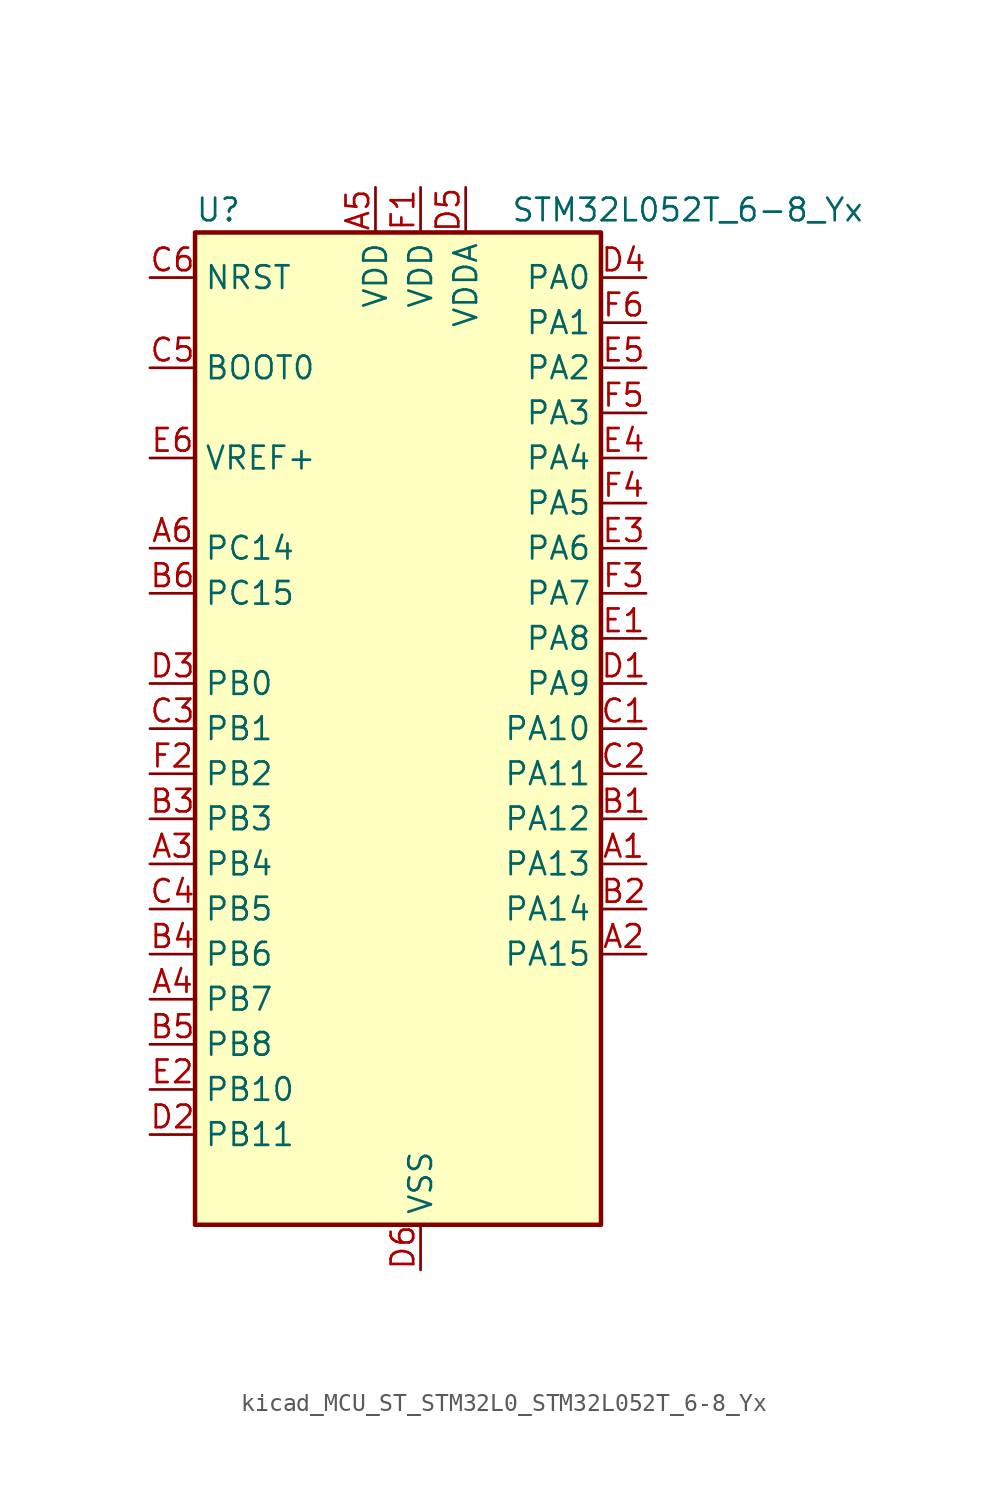
<source format=kicad_sym>
(kicad_symbol_lib
  (version 20220914)
  (generator kicad_symbol_editor)
  (symbol "kicad_MCU_ST_STM32L0_STM32L052T_6-8_Yx"
    (property "Reference" "U"
      (at -10.16 29.21 0)
      (effects (font (size 1.27 1.27)) (justify left)))
    (property "Value" "STM32L052T_6-8_Yx"
      (at 7.62 29.21 0)
      (effects (font (size 1.27 1.27)) (justify left)))
    (property "ki_locked" ""
      (at 0 0 0)
      (effects (font (size 1.27 1.27))))
    (symbol "kicad_MCU_ST_STM32L0_STM32L052T_6-8_Yx_0_1"
      (rectangle (start -10.16 -27.94) (end 12.7 27.94) (stroke (width 0.254) (type default)) (fill (type background))))
    (symbol "kicad_MCU_ST_STM32L0_STM32L052T_6-8_Yx_1_1"
      (pin bidirectional line (at 15.24 -7.62 180) (length 2.54) (name "PA13" (effects (font (size 1.27 1.27)))) (number "A1" (effects (font (size 1.27 1.27)))) (alternate "SYS_SWDIO" bidirectional line) (alternate "USB_NOE" bidirectional line))
      (pin bidirectional line (at 15.24 -12.7 180) (length 2.54) (name "PA15" (effects (font (size 1.27 1.27)))) (number "A2" (effects (font (size 1.27 1.27)))) (alternate "SPI1_NSS" bidirectional line) (alternate "TIM2_CH1" bidirectional line) (alternate "TIM2_ETR" bidirectional line) (alternate "USART2_RX" bidirectional line))
      (pin bidirectional line (at -12.7 -7.62 0) (length 2.54) (name "PB4" (effects (font (size 1.27 1.27)))) (number "A3" (effects (font (size 1.27 1.27)))) (alternate "COMP2_INP" bidirectional line) (alternate "SPI1_MISO" bidirectional line) (alternate "TIM22_CH1" bidirectional line) (alternate "TSC_G5_IO2" bidirectional line))
      (pin bidirectional line (at -12.7 -15.24 0) (length 2.54) (name "PB7" (effects (font (size 1.27 1.27)))) (number "A4" (effects (font (size 1.27 1.27)))) (alternate "COMP2_INP" bidirectional line) (alternate "I2C1_SDA" bidirectional line) (alternate "LPTIM1_IN2" bidirectional line) (alternate "SYS_PVD_IN" bidirectional line) (alternate "TSC_G5_IO4" bidirectional line) (alternate "USART1_RX" bidirectional line))
      (pin power_in line (at 0 30.48 270) (length 2.54) (name "VDD" (effects (font (size 1.27 1.27)))) (number "A5" (effects (font (size 1.27 1.27)))))
      (pin bidirectional line (at -12.7 10.16 0) (length 2.54) (name "PC14" (effects (font (size 1.27 1.27)))) (number "A6" (effects (font (size 1.27 1.27)))) (alternate "RCC_OSC32_IN" bidirectional line))
      (pin bidirectional line (at 15.24 -5.08 180) (length 2.54) (name "PA12" (effects (font (size 1.27 1.27)))) (number "B1" (effects (font (size 1.27 1.27)))) (alternate "COMP2_OUT" bidirectional line) (alternate "SPI1_MOSI" bidirectional line) (alternate "TSC_G4_IO4" bidirectional line) (alternate "USART1_DE" bidirectional line) (alternate "USART1_RTS" bidirectional line) (alternate "USB_DP" bidirectional line))
      (pin bidirectional line (at 15.24 -10.16 180) (length 2.54) (name "PA14" (effects (font (size 1.27 1.27)))) (number "B2" (effects (font (size 1.27 1.27)))) (alternate "SYS_SWCLK" bidirectional line) (alternate "USART2_TX" bidirectional line))
      (pin bidirectional line (at -12.7 -5.08 0) (length 2.54) (name "PB3" (effects (font (size 1.27 1.27)))) (number "B3" (effects (font (size 1.27 1.27)))) (alternate "COMP2_INM" bidirectional line) (alternate "SPI1_SCK" bidirectional line) (alternate "TIM2_CH2" bidirectional line) (alternate "TSC_G5_IO1" bidirectional line))
      (pin bidirectional line (at -12.7 -12.7 0) (length 2.54) (name "PB6" (effects (font (size 1.27 1.27)))) (number "B4" (effects (font (size 1.27 1.27)))) (alternate "COMP2_INP" bidirectional line) (alternate "I2C1_SCL" bidirectional line) (alternate "LPTIM1_ETR" bidirectional line) (alternate "TSC_G5_IO3" bidirectional line) (alternate "USART1_TX" bidirectional line))
      (pin bidirectional line (at -12.7 -17.78 0) (length 2.54) (name "PB8" (effects (font (size 1.27 1.27)))) (number "B5" (effects (font (size 1.27 1.27)))) (alternate "I2C1_SCL" bidirectional line) (alternate "TSC_SYNC" bidirectional line))
      (pin bidirectional line (at -12.7 7.62 0) (length 2.54) (name "PC15" (effects (font (size 1.27 1.27)))) (number "B6" (effects (font (size 1.27 1.27)))) (alternate "RCC_OSC32_OUT" bidirectional line))
      (pin bidirectional line (at 15.24 0 180) (length 2.54) (name "PA10" (effects (font (size 1.27 1.27)))) (number "C1" (effects (font (size 1.27 1.27)))) (alternate "TSC_G4_IO2" bidirectional line) (alternate "USART1_RX" bidirectional line))
      (pin bidirectional line (at 15.24 -2.54 180) (length 2.54) (name "PA11" (effects (font (size 1.27 1.27)))) (number "C2" (effects (font (size 1.27 1.27)))) (alternate "ADC_EXTI11" bidirectional line) (alternate "COMP1_OUT" bidirectional line) (alternate "SPI1_MISO" bidirectional line) (alternate "TSC_G4_IO3" bidirectional line) (alternate "USART1_CTS" bidirectional line) (alternate "USB_DM" bidirectional line))
      (pin bidirectional line (at -12.7 0 0) (length 2.54) (name "PB1" (effects (font (size 1.27 1.27)))) (number "C3" (effects (font (size 1.27 1.27)))) (alternate "ADC_IN9" bidirectional line) (alternate "LPUART1_DE" bidirectional line) (alternate "LPUART1_RTS" bidirectional line) (alternate "SYS_VREF_OUT_PB1" bidirectional line) (alternate "TSC_G3_IO3" bidirectional line))
      (pin bidirectional line (at -12.7 -10.16 0) (length 2.54) (name "PB5" (effects (font (size 1.27 1.27)))) (number "C4" (effects (font (size 1.27 1.27)))) (alternate "COMP2_INP" bidirectional line) (alternate "I2C1_SMBA" bidirectional line) (alternate "LPTIM1_IN1" bidirectional line) (alternate "SPI1_MOSI" bidirectional line) (alternate "TIM22_CH2" bidirectional line))
      (pin input line (at -12.7 20.32 0) (length 2.54) (name "BOOT0" (effects (font (size 1.27 1.27)))) (number "C5" (effects (font (size 1.27 1.27)))))
      (pin input line (at -12.7 25.4 0) (length 2.54) (name "NRST" (effects (font (size 1.27 1.27)))) (number "C6" (effects (font (size 1.27 1.27)))))
      (pin bidirectional line (at 15.24 2.54 180) (length 2.54) (name "PA9" (effects (font (size 1.27 1.27)))) (number "D1" (effects (font (size 1.27 1.27)))) (alternate "DAC_EXTI9" bidirectional line) (alternate "RCC_MCO" bidirectional line) (alternate "TSC_G4_IO1" bidirectional line) (alternate "USART1_TX" bidirectional line))
      (pin bidirectional line (at -12.7 -22.86 0) (length 2.54) (name "PB11" (effects (font (size 1.27 1.27)))) (number "D2" (effects (font (size 1.27 1.27)))) (alternate "ADC_EXTI11" bidirectional line) (alternate "I2C2_SDA" bidirectional line) (alternate "LPUART1_RX" bidirectional line) (alternate "TIM2_CH4" bidirectional line) (alternate "TSC_G6_IO1" bidirectional line))
      (pin bidirectional line (at -12.7 2.54 0) (length 2.54) (name "PB0" (effects (font (size 1.27 1.27)))) (number "D3" (effects (font (size 1.27 1.27)))) (alternate "ADC_IN8" bidirectional line) (alternate "SYS_VREF_OUT_PB0" bidirectional line) (alternate "TSC_G3_IO2" bidirectional line))
      (pin bidirectional line (at 15.24 25.4 180) (length 2.54) (name "PA0" (effects (font (size 1.27 1.27)))) (number "D4" (effects (font (size 1.27 1.27)))) (alternate "ADC_IN0" bidirectional line) (alternate "COMP1_INM" bidirectional line) (alternate "COMP1_OUT" bidirectional line) (alternate "RTC_TAMP2" bidirectional line) (alternate "SYS_WKUP1" bidirectional line) (alternate "TIM2_CH1" bidirectional line) (alternate "TIM2_ETR" bidirectional line) (alternate "TSC_G1_IO1" bidirectional line) (alternate "USART2_CTS" bidirectional line))
      (pin power_in line (at 5.08 30.48 270) (length 2.54) (name "VDDA" (effects (font (size 1.27 1.27)))) (number "D5" (effects (font (size 1.27 1.27)))))
      (pin power_in line (at 2.54 -30.48 90) (length 2.54) (name "VSS" (effects (font (size 1.27 1.27)))) (number "D6" (effects (font (size 1.27 1.27)))))
      (pin bidirectional line (at 15.24 5.08 180) (length 2.54) (name "PA8" (effects (font (size 1.27 1.27)))) (number "E1" (effects (font (size 1.27 1.27)))) (alternate "CRS_SYNC" bidirectional line) (alternate "RCC_MCO" bidirectional line) (alternate "USART1_CK" bidirectional line))
      (pin bidirectional line (at -12.7 -20.32 0) (length 2.54) (name "PB10" (effects (font (size 1.27 1.27)))) (number "E2" (effects (font (size 1.27 1.27)))) (alternate "I2C2_SCL" bidirectional line) (alternate "LPUART1_TX" bidirectional line) (alternate "TIM2_CH3" bidirectional line) (alternate "TSC_SYNC" bidirectional line))
      (pin bidirectional line (at 15.24 10.16 180) (length 2.54) (name "PA6" (effects (font (size 1.27 1.27)))) (number "E3" (effects (font (size 1.27 1.27)))) (alternate "ADC_IN6" bidirectional line) (alternate "COMP1_OUT" bidirectional line) (alternate "LPUART1_CTS" bidirectional line) (alternate "SPI1_MISO" bidirectional line) (alternate "TIM22_CH1" bidirectional line) (alternate "TSC_G2_IO3" bidirectional line))
      (pin bidirectional line (at 15.24 15.24 180) (length 2.54) (name "PA4" (effects (font (size 1.27 1.27)))) (number "E4" (effects (font (size 1.27 1.27)))) (alternate "ADC_IN4" bidirectional line) (alternate "COMP1_INM" bidirectional line) (alternate "COMP2_INM" bidirectional line) (alternate "DAC_OUT1" bidirectional line) (alternate "SPI1_NSS" bidirectional line) (alternate "TIM22_ETR" bidirectional line) (alternate "TSC_G2_IO1" bidirectional line) (alternate "USART2_CK" bidirectional line))
      (pin bidirectional line (at 15.24 20.32 180) (length 2.54) (name "PA2" (effects (font (size 1.27 1.27)))) (number "E5" (effects (font (size 1.27 1.27)))) (alternate "ADC_IN2" bidirectional line) (alternate "COMP2_INM" bidirectional line) (alternate "COMP2_OUT" bidirectional line) (alternate "TIM21_CH1" bidirectional line) (alternate "TIM2_CH3" bidirectional line) (alternate "TSC_G1_IO3" bidirectional line) (alternate "USART2_TX" bidirectional line))
      (pin input line (at -12.7 15.24 0) (length 2.54) (name "VREF+" (effects (font (size 1.27 1.27)))) (number "E6" (effects (font (size 1.27 1.27)))))
      (pin power_in line (at 2.54 30.48 270) (length 2.54) (name "VDD" (effects (font (size 1.27 1.27)))) (number "F1" (effects (font (size 1.27 1.27)))))
      (pin bidirectional line (at -12.7 -2.54 0) (length 2.54) (name "PB2" (effects (font (size 1.27 1.27)))) (number "F2" (effects (font (size 1.27 1.27)))) (alternate "LPTIM1_OUT" bidirectional line) (alternate "TSC_G3_IO4" bidirectional line))
      (pin bidirectional line (at 15.24 7.62 180) (length 2.54) (name "PA7" (effects (font (size 1.27 1.27)))) (number "F3" (effects (font (size 1.27 1.27)))) (alternate "ADC_IN7" bidirectional line) (alternate "COMP2_OUT" bidirectional line) (alternate "SPI1_MOSI" bidirectional line) (alternate "TIM22_CH2" bidirectional line) (alternate "TSC_G2_IO4" bidirectional line))
      (pin bidirectional line (at 15.24 12.7 180) (length 2.54) (name "PA5" (effects (font (size 1.27 1.27)))) (number "F4" (effects (font (size 1.27 1.27)))) (alternate "ADC_IN5" bidirectional line) (alternate "COMP1_INM" bidirectional line) (alternate "COMP2_INM" bidirectional line) (alternate "SPI1_SCK" bidirectional line) (alternate "TIM2_CH1" bidirectional line) (alternate "TIM2_ETR" bidirectional line) (alternate "TSC_G2_IO2" bidirectional line))
      (pin bidirectional line (at 15.24 17.78 180) (length 2.54) (name "PA3" (effects (font (size 1.27 1.27)))) (number "F5" (effects (font (size 1.27 1.27)))) (alternate "ADC_IN3" bidirectional line) (alternate "COMP2_INP" bidirectional line) (alternate "TIM21_CH2" bidirectional line) (alternate "TIM2_CH4" bidirectional line) (alternate "TSC_G1_IO4" bidirectional line) (alternate "USART2_RX" bidirectional line))
      (pin bidirectional line (at 15.24 22.86 180) (length 2.54) (name "PA1" (effects (font (size 1.27 1.27)))) (number "F6" (effects (font (size 1.27 1.27)))) (alternate "ADC_IN1" bidirectional line) (alternate "COMP1_INP" bidirectional line) (alternate "TIM21_ETR" bidirectional line) (alternate "TIM2_CH2" bidirectional line) (alternate "TSC_G1_IO2" bidirectional line) (alternate "USART2_DE" bidirectional line) (alternate "USART2_RTS" bidirectional line)))))
</source>
